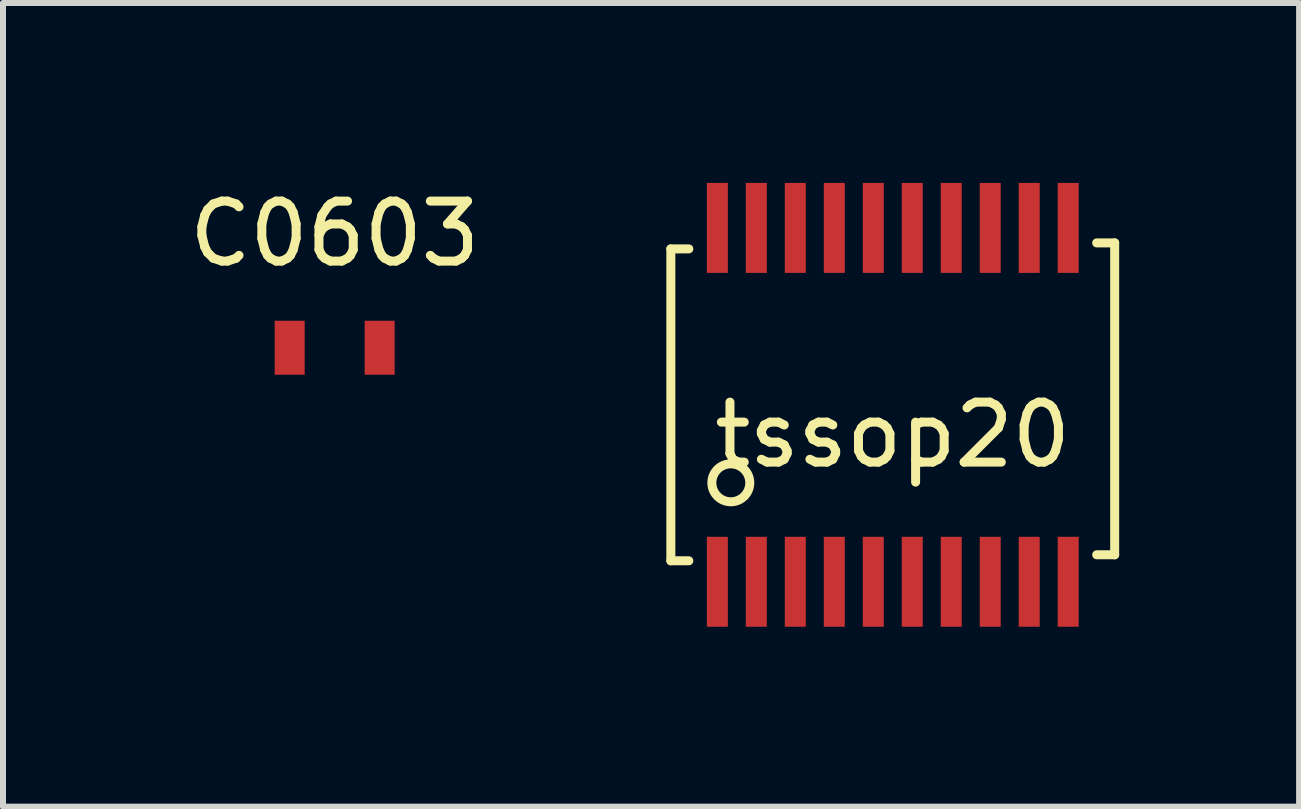
<source format=kicad_pcb>
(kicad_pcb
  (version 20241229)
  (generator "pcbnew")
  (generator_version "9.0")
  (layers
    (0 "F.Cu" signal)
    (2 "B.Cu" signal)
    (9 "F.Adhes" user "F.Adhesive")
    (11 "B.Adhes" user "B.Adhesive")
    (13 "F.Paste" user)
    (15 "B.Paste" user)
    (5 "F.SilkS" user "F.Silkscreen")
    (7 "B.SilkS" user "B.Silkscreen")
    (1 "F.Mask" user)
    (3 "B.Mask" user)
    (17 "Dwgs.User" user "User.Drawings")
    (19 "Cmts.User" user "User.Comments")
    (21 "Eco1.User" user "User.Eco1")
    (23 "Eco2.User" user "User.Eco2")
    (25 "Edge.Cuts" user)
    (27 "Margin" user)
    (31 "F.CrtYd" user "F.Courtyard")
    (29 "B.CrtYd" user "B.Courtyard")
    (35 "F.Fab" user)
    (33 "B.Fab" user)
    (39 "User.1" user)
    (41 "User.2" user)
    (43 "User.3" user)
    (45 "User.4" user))
  (footprint "C0603"
    (layer "F.Cu")
    (at 2.53 2.748)
    (property "Reference" "C0603" (at 0 -1.9 0) (layer "F.SilkS") (effects (font (size 1 1) (thickness 0.15))))
    (attr smd)
    (pad "1" smd rect (at -0.75 0) (size 0.5 0.9) (layers "F.Cu" "F.Mask" "F.Paste"))
    (pad "2" smd rect (at 0.75 0) (size 0.5 0.9) (layers "F.Cu" "F.Mask" "F.Paste")))
  (footprint "tssop20"
    (layer "F.Cu")
    (at 11.835 3.7)
    (property "Reference" "tssop20" (at 0 0.5 0) (layer "F.SilkS") (effects (font (size 1 1) (thickness 0.15))))
    (attr through_hole)
    (fp_line (start -3.7 -2.6) (end -3.7 2.6) (stroke (width 0.15) (type solid)) (layer "F.SilkS"))
    (fp_line (start -3.7 2.6) (end -3.4 2.6) (stroke (width 0.15) (type solid)) (layer "F.SilkS"))
    (fp_line (start -3.4 -2.6) (end -3.7 -2.6) (stroke (width 0.15) (type solid)) (layer "F.SilkS"))
    (fp_line (start 3.4 -2.7) (end 3.7 -2.7) (stroke (width 0.15) (type solid)) (layer "F.SilkS"))
    (fp_line (start 3.7 -2.7) (end 3.7 2.5) (stroke (width 0.15) (type solid)) (layer "F.SilkS"))
    (fp_line (start 3.7 2.5) (end 3.4 2.5) (stroke (width 0.15) (type solid)) (layer "F.SilkS"))
    (fp_circle (center -2.7 1.3) (end -2.6 1.6) (stroke (width 0.15) (type solid)) (fill no) (layer "F.SilkS"))
    (pad "1" smd rect (at -2.925 2.95) (size 0.35 1.5) (layers "F.Cu" "F.Mask" "F.Paste"))
    (pad "2" smd rect (at -2.275 2.95) (size 0.35 1.5) (layers "F.Cu" "F.Mask" "F.Paste"))
    (pad "3" smd rect (at -1.625 2.95) (size 0.35 1.5) (layers "F.Cu" "F.Mask" "F.Paste"))
    (pad "4" smd rect (at -0.975 2.95) (size 0.35 1.5) (layers "F.Cu" "F.Mask" "F.Paste"))
    (pad "5" smd rect (at -0.325 2.95) (size 0.35 1.5) (layers "F.Cu" "F.Mask" "F.Paste"))
    (pad "6" smd rect (at 0.325 2.95) (size 0.35 1.5) (layers "F.Cu" "F.Mask" "F.Paste"))
    (pad "7" smd rect (at 0.975 2.95) (size 0.35 1.5) (layers "F.Cu" "F.Mask" "F.Paste"))
    (pad "8" smd rect (at 1.625 2.95) (size 0.35 1.5) (layers "F.Cu" "F.Mask" "F.Paste"))
    (pad "9" smd rect (at 2.275 2.95) (size 0.35 1.5) (layers "F.Cu" "F.Mask" "F.Paste"))
    (pad "10" smd rect (at 2.925 2.95) (size 0.35 1.5) (layers "F.Cu" "F.Mask" "F.Paste"))
    (pad "11" smd rect (at 2.925 -2.95) (size 0.35 1.5) (layers "F.Cu" "F.Mask" "F.Paste"))
    (pad "12" smd rect (at 2.275 -2.95) (size 0.35 1.5) (layers "F.Cu" "F.Mask" "F.Paste"))
    (pad "13" smd rect (at 1.625 -2.95) (size 0.35 1.5) (layers "F.Cu" "F.Mask" "F.Paste"))
    (pad "14" smd rect (at 0.975 -2.95) (size 0.35 1.5) (layers "F.Cu" "F.Mask" "F.Paste"))
    (pad "15" smd rect (at 0.325 -2.95) (size 0.35 1.5) (layers "F.Cu" "F.Mask" "F.Paste"))
    (pad "16" smd rect (at -0.325 -2.95) (size 0.35 1.5) (layers "F.Cu" "F.Mask" "F.Paste"))
    (pad "17" smd rect (at -0.975 -2.95) (size 0.35 1.5) (layers "F.Cu" "F.Mask" "F.Paste"))
    (pad "18" smd rect (at -1.625 -2.95) (size 0.35 1.5) (layers "F.Cu" "F.Mask" "F.Paste"))
    (pad "19" smd rect (at -2.275 -2.95) (size 0.35 1.5) (layers "F.Cu" "F.Mask" "F.Paste"))
    (pad "20" smd rect (at -2.925 -2.95) (size 0.35 1.5) (layers "F.Cu" "F.Mask" "F.Paste")))
  (gr_rect
    (start -3 -3)
    (end 18.61 10.4)
    (stroke (width 0.1) (type default))
    (fill no)
    (layer "Edge.Cuts")))
</source>
